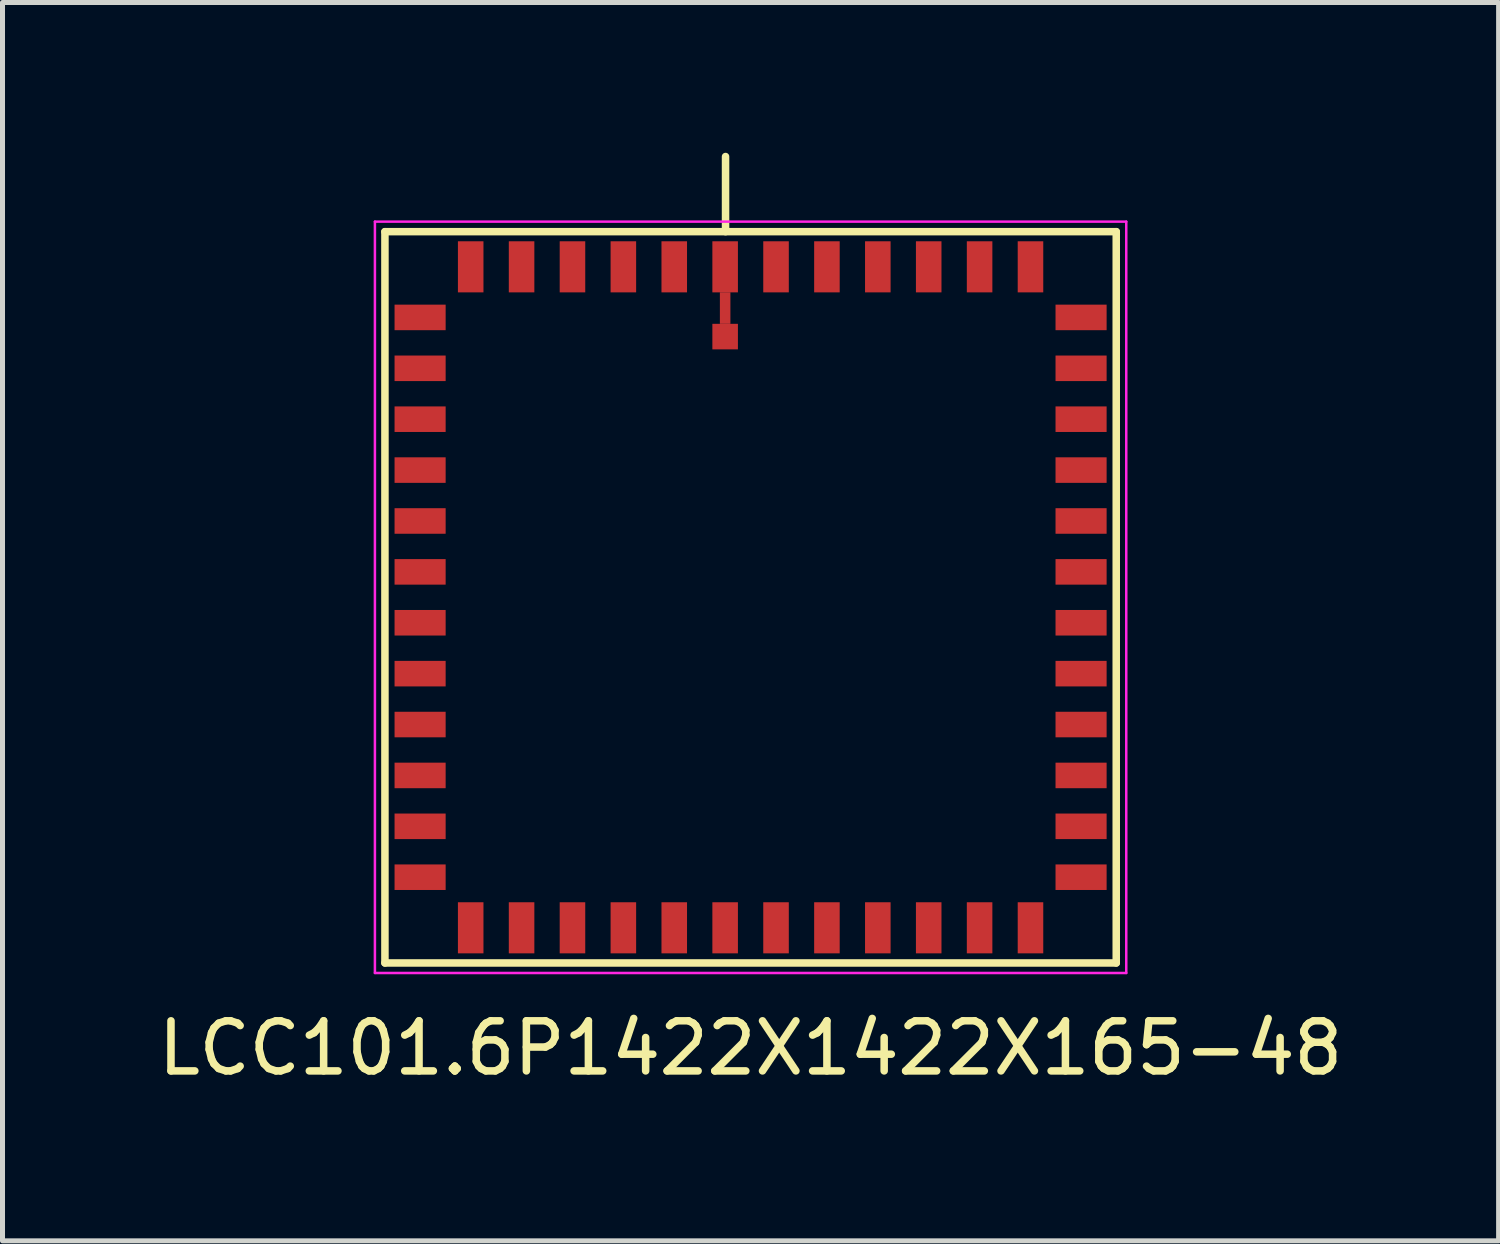
<source format=kicad_pcb>
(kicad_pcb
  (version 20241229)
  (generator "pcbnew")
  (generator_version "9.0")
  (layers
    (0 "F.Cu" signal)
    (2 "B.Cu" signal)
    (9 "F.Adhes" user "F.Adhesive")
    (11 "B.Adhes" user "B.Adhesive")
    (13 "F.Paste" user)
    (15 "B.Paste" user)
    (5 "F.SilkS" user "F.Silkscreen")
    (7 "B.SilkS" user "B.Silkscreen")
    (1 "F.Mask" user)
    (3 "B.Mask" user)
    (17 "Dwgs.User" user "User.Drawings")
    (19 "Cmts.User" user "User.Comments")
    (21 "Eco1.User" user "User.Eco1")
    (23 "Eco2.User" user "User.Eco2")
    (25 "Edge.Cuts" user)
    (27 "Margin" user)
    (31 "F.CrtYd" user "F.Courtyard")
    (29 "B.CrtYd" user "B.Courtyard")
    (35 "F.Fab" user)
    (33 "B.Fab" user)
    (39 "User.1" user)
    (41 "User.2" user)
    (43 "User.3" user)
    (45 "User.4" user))
  (footprint "LCC101.6P1422X1422X165-48"
    (layer "F.Cu")
    (at 11.935 8.875)
    (property "Reference" "LCC101.6P1422X1422X165-48" (at 0 9 0) (layer "F.SilkS") (effects (font (size 1 1) (thickness 0.15))))
    (attr smd)
    (fp_line (start -7.3 -7.3) (end -7.3 7.3) (stroke (width 0.15) (type solid)) (layer "F.SilkS"))
    (fp_line (start -7.3 -7.3) (end 7.3 -7.3) (stroke (width 0.15) (type solid)) (layer "F.SilkS"))
    (fp_line (start -7.3 7.3) (end 7.3 7.3) (stroke (width 0.15) (type solid)) (layer "F.SilkS"))
    (fp_line (start -0.5 -7.3) (end -0.5 -8.8) (stroke (width 0.15) (type solid)) (layer "F.SilkS"))
    (fp_line (start 7.3 -7.3) (end 7.3 7.3) (stroke (width 0.15) (type solid)) (layer "F.SilkS"))
    (fp_line (start -7.5 -7.5) (end 7.5 -7.5) (stroke (width 0.05) (type solid)) (layer "F.CrtYd"))
    (fp_line (start -7.5 7.5) (end -7.5 -7.5) (stroke (width 0.05) (type solid)) (layer "F.CrtYd"))
    (fp_line (start -7.5 7.5) (end 7.5 7.5) (stroke (width 0.05) (type solid)) (layer "F.CrtYd"))
    (fp_line (start 7.5 7.5) (end 7.5 -7.5) (stroke (width 0.05) (type solid)) (layer "F.CrtYd"))
    (pad "1" smd rect (at -0.508 -6.598) (size 0.51 1.02) (layers "F.Cu" "F.Mask" "F.Paste"))
    (pad "1" smd rect (at -0.508 -5.775) (size 0.21 0.63) (layers "F.Cu" "F.Mask" "F.Paste"))
    (pad "1" smd rect (at -0.508 -5.205) (size 0.51 0.51) (layers "F.Cu" "F.Mask" "F.Paste"))
    (pad "2" smd rect (at -1.524 -6.598) (size 0.51 1.02) (layers "F.Cu" "F.Mask" "F.Paste"))
    (pad "3" smd rect (at -2.54 -6.598) (size 0.51 1.02) (layers "F.Cu" "F.Mask" "F.Paste"))
    (pad "4" smd rect (at -3.556 -6.598) (size 0.51 1.02) (layers "F.Cu" "F.Mask" "F.Paste"))
    (pad "5" smd rect (at -4.572 -6.598) (size 0.51 1.02) (layers "F.Cu" "F.Mask" "F.Paste"))
    (pad "6" smd rect (at -5.588 -6.598) (size 0.51 1.02) (layers "F.Cu" "F.Mask" "F.Paste"))
    (pad "7" smd rect (at -6.598 -5.588) (size 1.02 0.51) (layers "F.Cu" "F.Mask" "F.Paste"))
    (pad "8" smd rect (at -6.598 -4.572) (size 1.02 0.51) (layers "F.Cu" "F.Mask" "F.Paste"))
    (pad "9" smd rect (at -6.598 -3.556) (size 1.02 0.51) (layers "F.Cu" "F.Mask" "F.Paste"))
    (pad "10" smd rect (at -6.598 -2.54) (size 1.02 0.51) (layers "F.Cu" "F.Mask" "F.Paste"))
    (pad "11" smd rect (at -6.598 -1.524) (size 1.02 0.51) (layers "F.Cu" "F.Mask" "F.Paste"))
    (pad "12" smd rect (at -6.598 -0.508) (size 1.02 0.51) (layers "F.Cu" "F.Mask" "F.Paste"))
    (pad "13" smd rect (at -6.598 0.508) (size 1.02 0.51) (layers "F.Cu" "F.Mask" "F.Paste"))
    (pad "14" smd rect (at -6.598 1.524) (size 1.02 0.51) (layers "F.Cu" "F.Mask" "F.Paste"))
    (pad "15" smd rect (at -6.598 2.54) (size 1.02 0.51) (layers "F.Cu" "F.Mask" "F.Paste"))
    (pad "16" smd rect (at -6.598 3.556) (size 1.02 0.51) (layers "F.Cu" "F.Mask" "F.Paste"))
    (pad "17" smd rect (at -6.598 4.572) (size 1.02 0.51) (layers "F.Cu" "F.Mask" "F.Paste"))
    (pad "18" smd rect (at -6.598 5.588) (size 1.02 0.51) (layers "F.Cu" "F.Mask" "F.Paste"))
    (pad "19" smd rect (at -5.588 6.598) (size 0.51 1.02) (layers "F.Cu" "F.Mask" "F.Paste"))
    (pad "20" smd rect (at -4.572 6.598) (size 0.51 1.02) (layers "F.Cu" "F.Mask" "F.Paste"))
    (pad "21" smd rect (at -3.556 6.598) (size 0.51 1.02) (layers "F.Cu" "F.Mask" "F.Paste"))
    (pad "22" smd rect (at -2.54 6.598) (size 0.51 1.02) (layers "F.Cu" "F.Mask" "F.Paste"))
    (pad "23" smd rect (at -1.524 6.598) (size 0.51 1.02) (layers "F.Cu" "F.Mask" "F.Paste"))
    (pad "24" smd rect (at -0.508 6.598) (size 0.51 1.02) (layers "F.Cu" "F.Mask" "F.Paste"))
    (pad "25" smd rect (at 0.508 6.598) (size 0.51 1.02) (layers "F.Cu" "F.Mask" "F.Paste"))
    (pad "26" smd rect (at 1.524 6.598) (size 0.51 1.02) (layers "F.Cu" "F.Mask" "F.Paste"))
    (pad "27" smd rect (at 2.54 6.598) (size 0.51 1.02) (layers "F.Cu" "F.Mask" "F.Paste"))
    (pad "28" smd rect (at 3.556 6.598) (size 0.51 1.02) (layers "F.Cu" "F.Mask" "F.Paste"))
    (pad "29" smd rect (at 4.572 6.598) (size 0.51 1.02) (layers "F.Cu" "F.Mask" "F.Paste"))
    (pad "30" smd rect (at 5.588 6.598) (size 0.51 1.02) (layers "F.Cu" "F.Mask" "F.Paste"))
    (pad "31" smd rect (at 6.598 5.588) (size 1.02 0.51) (layers "F.Cu" "F.Mask" "F.Paste"))
    (pad "32" smd rect (at 6.598 4.572) (size 1.02 0.51) (layers "F.Cu" "F.Mask" "F.Paste"))
    (pad "33" smd rect (at 6.598 3.556) (size 1.02 0.51) (layers "F.Cu" "F.Mask" "F.Paste"))
    (pad "34" smd rect (at 6.598 2.54) (size 1.02 0.51) (layers "F.Cu" "F.Mask" "F.Paste"))
    (pad "35" smd rect (at 6.598 1.524) (size 1.02 0.51) (layers "F.Cu" "F.Mask" "F.Paste"))
    (pad "36" smd rect (at 6.598 0.508) (size 1.02 0.51) (layers "F.Cu" "F.Mask" "F.Paste"))
    (pad "37" smd rect (at 6.598 -0.508) (size 1.02 0.51) (layers "F.Cu" "F.Mask" "F.Paste"))
    (pad "38" smd rect (at 6.598 -1.524) (size 1.02 0.51) (layers "F.Cu" "F.Mask" "F.Paste"))
    (pad "39" smd rect (at 6.598 -2.54) (size 1.02 0.51) (layers "F.Cu" "F.Mask" "F.Paste"))
    (pad "40" smd rect (at 6.598 -3.556) (size 1.02 0.51) (layers "F.Cu" "F.Mask" "F.Paste"))
    (pad "41" smd rect (at 6.598 -4.572) (size 1.02 0.51) (layers "F.Cu" "F.Mask" "F.Paste"))
    (pad "42" smd rect (at 6.598 -5.588) (size 1.02 0.51) (layers "F.Cu" "F.Mask" "F.Paste"))
    (pad "43" smd rect (at 5.588 -6.598) (size 0.51 1.02) (layers "F.Cu" "F.Mask" "F.Paste"))
    (pad "44" smd rect (at 4.572 -6.598) (size 0.51 1.02) (layers "F.Cu" "F.Mask" "F.Paste"))
    (pad "45" smd rect (at 3.556 -6.598) (size 0.51 1.02) (layers "F.Cu" "F.Mask" "F.Paste"))
    (pad "46" smd rect (at 2.54 -6.598) (size 0.51 1.02) (layers "F.Cu" "F.Mask" "F.Paste"))
    (pad "47" smd rect (at 1.524 -6.598) (size 0.51 1.02) (layers "F.Cu" "F.Mask" "F.Paste"))
    (pad "48" smd rect (at 0.508 -6.598) (size 0.51 1.02) (layers "F.Cu" "F.Mask" "F.Paste")))
  (gr_rect
    (start -3 -3)
    (end 26.869 21.723)
    (stroke (width 0.1) (type default))
    (fill no)
    (layer "Edge.Cuts")))
</source>
